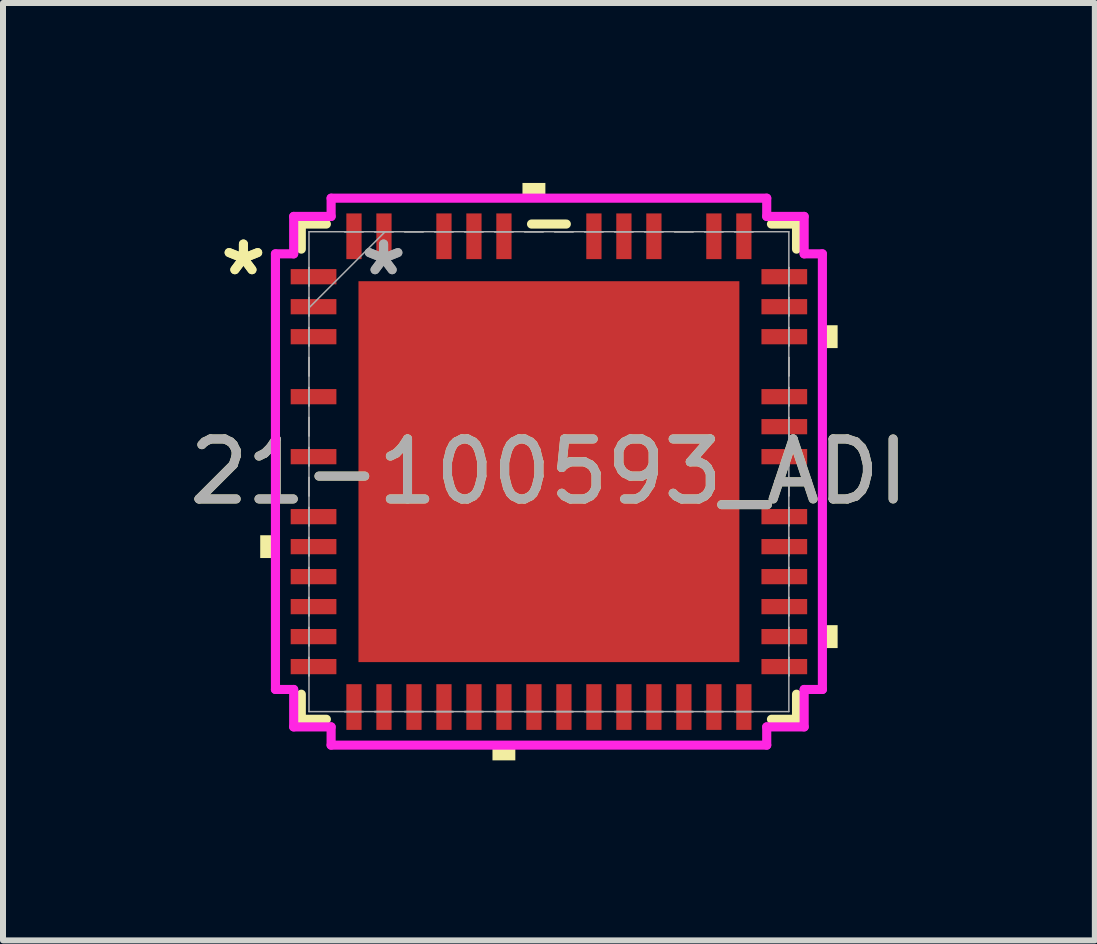
<source format=kicad_pcb>
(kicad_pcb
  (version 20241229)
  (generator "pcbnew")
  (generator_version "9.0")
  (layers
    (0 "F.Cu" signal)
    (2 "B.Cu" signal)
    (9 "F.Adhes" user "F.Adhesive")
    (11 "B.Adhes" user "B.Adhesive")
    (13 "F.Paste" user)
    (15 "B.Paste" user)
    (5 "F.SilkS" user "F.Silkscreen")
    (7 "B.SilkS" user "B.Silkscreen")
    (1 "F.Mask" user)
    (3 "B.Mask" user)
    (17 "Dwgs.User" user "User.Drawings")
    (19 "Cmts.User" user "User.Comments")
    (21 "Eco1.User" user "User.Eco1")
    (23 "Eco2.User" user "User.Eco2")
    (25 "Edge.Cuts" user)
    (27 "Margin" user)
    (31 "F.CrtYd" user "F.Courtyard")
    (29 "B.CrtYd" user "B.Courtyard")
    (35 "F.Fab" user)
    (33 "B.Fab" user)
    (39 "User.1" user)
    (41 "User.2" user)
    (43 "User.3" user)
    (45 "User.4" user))
  (footprint "21-100593_ADI"
    (layer "F.Cu")
    (at 6.101 4.813)
    (property "Reference" "21-100593_ADI" (at 0 0 0) (unlocked yes) (layer "F.SilkS") (effects (font (size 1 1) (thickness 0.15))))
    (attr smd)
    (fp_line (start -4.128 -4.128) (end -4.128 -3.71) (stroke (width 0.152) (type solid)) (layer "F.SilkS"))
    (fp_line (start -4.128 3.71) (end -4.128 4.128) (stroke (width 0.152) (type solid)) (layer "F.SilkS"))
    (fp_line (start -4.128 4.128) (end -3.71 4.128) (stroke (width 0.152) (type solid)) (layer "F.SilkS"))
    (fp_line (start -3.71 -4.128) (end -4.128 -4.128) (stroke (width 0.152) (type solid)) (layer "F.SilkS"))
    (fp_line (start 0.29 -4.128) (end -0.29 -4.128) (stroke (width 0.152) (type solid)) (layer "F.SilkS"))
    (fp_line (start 3.71 4.128) (end 4.128 4.128) (stroke (width 0.152) (type solid)) (layer "F.SilkS"))
    (fp_line (start 4.128 -4.128) (end 3.71 -4.128) (stroke (width 0.152) (type solid)) (layer "F.SilkS"))
    (fp_line (start 4.128 -3.71) (end 4.128 -4.128) (stroke (width 0.152) (type solid)) (layer "F.SilkS"))
    (fp_line (start 4.128 4.128) (end 4.128 3.71) (stroke (width 0.152) (type solid)) (layer "F.SilkS"))
    (fp_poly (pts (xy -4.813 1.06) (xy -4.813 1.44) (xy -4.559 1.44) (xy -4.559 1.06)) (stroke (width 0) (type solid)) (fill yes) (layer "F.SilkS"))
    (fp_poly (pts (xy -0.941 4.559) (xy -0.941 4.813) (xy -0.56 4.813) (xy -0.56 4.559)) (stroke (width 0) (type solid)) (fill yes) (layer "F.SilkS"))
    (fp_poly (pts (xy -0.441 -4.559) (xy -0.441 -4.813) (xy -0.059 -4.813) (xy -0.059 -4.559)) (stroke (width 0) (type solid)) (fill yes) (layer "F.SilkS"))
    (fp_poly (pts (xy 4.813 -2.441) (xy 4.813 -2.06) (xy 4.559 -2.06) (xy 4.559 -2.441)) (stroke (width 0) (type solid)) (fill yes) (layer "F.SilkS"))
    (fp_poly (pts (xy 4.813 2.559) (xy 4.813 2.941) (xy 4.559 2.941) (xy 4.559 2.559)) (stroke (width 0) (type solid)) (fill yes) (layer "F.SilkS"))
    (fp_line (start -4.559 -3.631) (end -4.255 -3.631) (stroke (width 0.152) (type solid)) (layer "F.CrtYd"))
    (fp_line (start -4.559 3.631) (end -4.559 -3.631) (stroke (width 0.152) (type solid)) (layer "F.CrtYd"))
    (fp_line (start -4.255 -4.255) (end -3.631 -4.255) (stroke (width 0.152) (type solid)) (layer "F.CrtYd"))
    (fp_line (start -4.255 -3.631) (end -4.255 -4.255) (stroke (width 0.152) (type solid)) (layer "F.CrtYd"))
    (fp_line (start -4.255 3.631) (end -4.559 3.631) (stroke (width 0.152) (type solid)) (layer "F.CrtYd"))
    (fp_line (start -4.255 4.255) (end -4.255 3.631) (stroke (width 0.152) (type solid)) (layer "F.CrtYd"))
    (fp_line (start -3.631 -4.559) (end 3.631 -4.559) (stroke (width 0.152) (type solid)) (layer "F.CrtYd"))
    (fp_line (start -3.631 -4.255) (end -3.631 -4.559) (stroke (width 0.152) (type solid)) (layer "F.CrtYd"))
    (fp_line (start -3.631 4.255) (end -4.255 4.255) (stroke (width 0.152) (type solid)) (layer "F.CrtYd"))
    (fp_line (start -3.631 4.559) (end -3.631 4.255) (stroke (width 0.152) (type solid)) (layer "F.CrtYd"))
    (fp_line (start 3.631 -4.559) (end 3.631 -4.255) (stroke (width 0.152) (type solid)) (layer "F.CrtYd"))
    (fp_line (start 3.631 -4.255) (end 4.255 -4.255) (stroke (width 0.152) (type solid)) (layer "F.CrtYd"))
    (fp_line (start 3.631 4.255) (end 3.631 4.559) (stroke (width 0.152) (type solid)) (layer "F.CrtYd"))
    (fp_line (start 3.631 4.559) (end -3.631 4.559) (stroke (width 0.152) (type solid)) (layer "F.CrtYd"))
    (fp_line (start 4.255 -4.255) (end 4.255 -3.631) (stroke (width 0.152) (type solid)) (layer "F.CrtYd"))
    (fp_line (start 4.255 -3.631) (end 4.559 -3.631) (stroke (width 0.152) (type solid)) (layer "F.CrtYd"))
    (fp_line (start 4.255 3.631) (end 4.255 4.255) (stroke (width 0.152) (type solid)) (layer "F.CrtYd"))
    (fp_line (start 4.255 4.255) (end 3.631 4.255) (stroke (width 0.152) (type solid)) (layer "F.CrtYd"))
    (fp_line (start 4.559 -3.631) (end 4.559 3.631) (stroke (width 0.152) (type solid)) (layer "F.CrtYd"))
    (fp_line (start 4.559 3.631) (end 4.255 3.631) (stroke (width 0.152) (type solid)) (layer "F.CrtYd"))
    (fp_line (start -4 -4) (end -4 4) (stroke (width 0.025) (type solid)) (layer "F.Fab"))
    (fp_line (start -4 -3.402) (end -4 -3.402) (stroke (width 0.025) (type solid)) (layer "F.Fab"))
    (fp_line (start -4 -3.402) (end -4 -3.098) (stroke (width 0.025) (type solid)) (layer "F.Fab"))
    (fp_line (start -4 -3.098) (end -4 -3.402) (stroke (width 0.025) (type solid)) (layer "F.Fab"))
    (fp_line (start -4 -3.098) (end -4 -3.098) (stroke (width 0.025) (type solid)) (layer "F.Fab"))
    (fp_line (start -4 -2.902) (end -4 -2.902) (stroke (width 0.025) (type solid)) (layer "F.Fab"))
    (fp_line (start -4 -2.902) (end -4 -2.598) (stroke (width 0.025) (type solid)) (layer "F.Fab"))
    (fp_line (start -4 -2.731) (end -2.731 -4) (stroke (width 0.025) (type solid)) (layer "F.Fab"))
    (fp_line (start -4 -2.598) (end -4 -2.902) (stroke (width 0.025) (type solid)) (layer "F.Fab"))
    (fp_line (start -4 -2.598) (end -4 -2.598) (stroke (width 0.025) (type solid)) (layer "F.Fab"))
    (fp_line (start -4 -2.402) (end -4 -2.402) (stroke (width 0.025) (type solid)) (layer "F.Fab"))
    (fp_line (start -4 -2.402) (end -4 -2.098) (stroke (width 0.025) (type solid)) (layer "F.Fab"))
    (fp_line (start -4 -2.098) (end -4 -2.402) (stroke (width 0.025) (type solid)) (layer "F.Fab"))
    (fp_line (start -4 -2.098) (end -4 -2.098) (stroke (width 0.025) (type solid)) (layer "F.Fab"))
    (fp_line (start -4 -1.902) (end -4 -1.902) (stroke (width 0.025) (type solid)) (layer "F.Fab"))
    (fp_line (start -4 -1.902) (end -4 -1.598) (stroke (width 0.025) (type solid)) (layer "F.Fab"))
    (fp_line (start -4 -1.598) (end -4 -1.902) (stroke (width 0.025) (type solid)) (layer "F.Fab"))
    (fp_line (start -4 -1.598) (end -4 -1.598) (stroke (width 0.025) (type solid)) (layer "F.Fab"))
    (fp_line (start -4 -1.402) (end -4 -1.402) (stroke (width 0.025) (type solid)) (layer "F.Fab"))
    (fp_line (start -4 -1.402) (end -4 -1.098) (stroke (width 0.025) (type solid)) (layer "F.Fab"))
    (fp_line (start -4 -1.098) (end -4 -1.402) (stroke (width 0.025) (type solid)) (layer "F.Fab"))
    (fp_line (start -4 -1.098) (end -4 -1.098) (stroke (width 0.025) (type solid)) (layer "F.Fab"))
    (fp_line (start -4 -0.902) (end -4 -0.902) (stroke (width 0.025) (type solid)) (layer "F.Fab"))
    (fp_line (start -4 -0.902) (end -4 -0.598) (stroke (width 0.025) (type solid)) (layer "F.Fab"))
    (fp_line (start -4 -0.598) (end -4 -0.902) (stroke (width 0.025) (type solid)) (layer "F.Fab"))
    (fp_line (start -4 -0.598) (end -4 -0.598) (stroke (width 0.025) (type solid)) (layer "F.Fab"))
    (fp_line (start -4 -0.402) (end -4 -0.402) (stroke (width 0.025) (type solid)) (layer "F.Fab"))
    (fp_line (start -4 -0.402) (end -4 -0.098) (stroke (width 0.025) (type solid)) (layer "F.Fab"))
    (fp_line (start -4 -0.098) (end -4 -0.402) (stroke (width 0.025) (type solid)) (layer "F.Fab"))
    (fp_line (start -4 -0.098) (end -4 -0.098) (stroke (width 0.025) (type solid)) (layer "F.Fab"))
    (fp_line (start -4 0.098) (end -4 0.098) (stroke (width 0.025) (type solid)) (layer "F.Fab"))
    (fp_line (start -4 0.098) (end -4 0.402) (stroke (width 0.025) (type solid)) (layer "F.Fab"))
    (fp_line (start -4 0.402) (end -4 0.098) (stroke (width 0.025) (type solid)) (layer "F.Fab"))
    (fp_line (start -4 0.402) (end -4 0.402) (stroke (width 0.025) (type solid)) (layer "F.Fab"))
    (fp_line (start -4 0.598) (end -4 0.598) (stroke (width 0.025) (type solid)) (layer "F.Fab"))
    (fp_line (start -4 0.598) (end -4 0.902) (stroke (width 0.025) (type solid)) (layer "F.Fab"))
    (fp_line (start -4 0.902) (end -4 0.598) (stroke (width 0.025) (type solid)) (layer "F.Fab"))
    (fp_line (start -4 0.902) (end -4 0.902) (stroke (width 0.025) (type solid)) (layer "F.Fab"))
    (fp_line (start -4 1.098) (end -4 1.098) (stroke (width 0.025) (type solid)) (layer "F.Fab"))
    (fp_line (start -4 1.098) (end -4 1.402) (stroke (width 0.025) (type solid)) (layer "F.Fab"))
    (fp_line (start -4 1.402) (end -4 1.098) (stroke (width 0.025) (type solid)) (layer "F.Fab"))
    (fp_line (start -4 1.402) (end -4 1.402) (stroke (width 0.025) (type solid)) (layer "F.Fab"))
    (fp_line (start -4 1.598) (end -4 1.598) (stroke (width 0.025) (type solid)) (layer "F.Fab"))
    (fp_line (start -4 1.598) (end -4 1.902) (stroke (width 0.025) (type solid)) (layer "F.Fab"))
    (fp_line (start -4 1.902) (end -4 1.598) (stroke (width 0.025) (type solid)) (layer "F.Fab"))
    (fp_line (start -4 1.902) (end -4 1.902) (stroke (width 0.025) (type solid)) (layer "F.Fab"))
    (fp_line (start -4 2.098) (end -4 2.098) (stroke (width 0.025) (type solid)) (layer "F.Fab"))
    (fp_line (start -4 2.098) (end -4 2.402) (stroke (width 0.025) (type solid)) (layer "F.Fab"))
    (fp_line (start -4 2.402) (end -4 2.098) (stroke (width 0.025) (type solid)) (layer "F.Fab"))
    (fp_line (start -4 2.402) (end -4 2.402) (stroke (width 0.025) (type solid)) (layer "F.Fab"))
    (fp_line (start -4 2.598) (end -4 2.598) (stroke (width 0.025) (type solid)) (layer "F.Fab"))
    (fp_line (start -4 2.598) (end -4 2.902) (stroke (width 0.025) (type solid)) (layer "F.Fab"))
    (fp_line (start -4 2.902) (end -4 2.598) (stroke (width 0.025) (type solid)) (layer "F.Fab"))
    (fp_line (start -4 2.902) (end -4 2.902) (stroke (width 0.025) (type solid)) (layer "F.Fab"))
    (fp_line (start -4 3.098) (end -4 3.098) (stroke (width 0.025) (type solid)) (layer "F.Fab"))
    (fp_line (start -4 3.098) (end -4 3.402) (stroke (width 0.025) (type solid)) (layer "F.Fab"))
    (fp_line (start -4 3.402) (end -4 3.098) (stroke (width 0.025) (type solid)) (layer "F.Fab"))
    (fp_line (start -4 3.402) (end -4 3.402) (stroke (width 0.025) (type solid)) (layer "F.Fab"))
    (fp_line (start -4 4) (end 4 4) (stroke (width 0.025) (type solid)) (layer "F.Fab"))
    (fp_line (start -3.402 -4) (end -3.402 -4) (stroke (width 0.025) (type solid)) (layer "F.Fab"))
    (fp_line (start -3.402 -4) (end -3.098 -4) (stroke (width 0.025) (type solid)) (layer "F.Fab"))
    (fp_line (start -3.402 4) (end -3.402 4) (stroke (width 0.025) (type solid)) (layer "F.Fab"))
    (fp_line (start -3.402 4) (end -3.098 4) (stroke (width 0.025) (type solid)) (layer "F.Fab"))
    (fp_line (start -3.098 -4) (end -3.402 -4) (stroke (width 0.025) (type solid)) (layer "F.Fab"))
    (fp_line (start -3.098 -4) (end -3.098 -4) (stroke (width 0.025) (type solid)) (layer "F.Fab"))
    (fp_line (start -3.098 4) (end -3.402 4) (stroke (width 0.025) (type solid)) (layer "F.Fab"))
    (fp_line (start -3.098 4) (end -3.098 4) (stroke (width 0.025) (type solid)) (layer "F.Fab"))
    (fp_line (start -2.902 -4) (end -2.902 -4) (stroke (width 0.025) (type solid)) (layer "F.Fab"))
    (fp_line (start -2.902 -4) (end -2.598 -4) (stroke (width 0.025) (type solid)) (layer "F.Fab"))
    (fp_line (start -2.902 4) (end -2.902 4) (stroke (width 0.025) (type solid)) (layer "F.Fab"))
    (fp_line (start -2.902 4) (end -2.598 4) (stroke (width 0.025) (type solid)) (layer "F.Fab"))
    (fp_line (start -2.598 -4) (end -2.902 -4) (stroke (width 0.025) (type solid)) (layer "F.Fab"))
    (fp_line (start -2.598 -4) (end -2.598 -4) (stroke (width 0.025) (type solid)) (layer "F.Fab"))
    (fp_line (start -2.598 4) (end -2.902 4) (stroke (width 0.025) (type solid)) (layer "F.Fab"))
    (fp_line (start -2.598 4) (end -2.598 4) (stroke (width 0.025) (type solid)) (layer "F.Fab"))
    (fp_line (start -2.402 -4) (end -2.402 -4) (stroke (width 0.025) (type solid)) (layer "F.Fab"))
    (fp_line (start -2.402 -4) (end -2.098 -4) (stroke (width 0.025) (type solid)) (layer "F.Fab"))
    (fp_line (start -2.402 4) (end -2.402 4) (stroke (width 0.025) (type solid)) (layer "F.Fab"))
    (fp_line (start -2.402 4) (end -2.098 4) (stroke (width 0.025) (type solid)) (layer "F.Fab"))
    (fp_line (start -2.098 -4) (end -2.402 -4) (stroke (width 0.025) (type solid)) (layer "F.Fab"))
    (fp_line (start -2.098 -4) (end -2.098 -4) (stroke (width 0.025) (type solid)) (layer "F.Fab"))
    (fp_line (start -2.098 4) (end -2.402 4) (stroke (width 0.025) (type solid)) (layer "F.Fab"))
    (fp_line (start -2.098 4) (end -2.098 4) (stroke (width 0.025) (type solid)) (layer "F.Fab"))
    (fp_line (start -1.902 -4) (end -1.902 -4) (stroke (width 0.025) (type solid)) (layer "F.Fab"))
    (fp_line (start -1.902 -4) (end -1.598 -4) (stroke (width 0.025) (type solid)) (layer "F.Fab"))
    (fp_line (start -1.902 4) (end -1.902 4) (stroke (width 0.025) (type solid)) (layer "F.Fab"))
    (fp_line (start -1.902 4) (end -1.598 4) (stroke (width 0.025) (type solid)) (layer "F.Fab"))
    (fp_line (start -1.598 -4) (end -1.902 -4) (stroke (width 0.025) (type solid)) (layer "F.Fab"))
    (fp_line (start -1.598 -4) (end -1.598 -4) (stroke (width 0.025) (type solid)) (layer "F.Fab"))
    (fp_line (start -1.598 4) (end -1.902 4) (stroke (width 0.025) (type solid)) (layer "F.Fab"))
    (fp_line (start -1.598 4) (end -1.598 4) (stroke (width 0.025) (type solid)) (layer "F.Fab"))
    (fp_line (start -1.402 -4) (end -1.402 -4) (stroke (width 0.025) (type solid)) (layer "F.Fab"))
    (fp_line (start -1.402 -4) (end -1.098 -4) (stroke (width 0.025) (type solid)) (layer "F.Fab"))
    (fp_line (start -1.402 4) (end -1.402 4) (stroke (width 0.025) (type solid)) (layer "F.Fab"))
    (fp_line (start -1.402 4) (end -1.098 4) (stroke (width 0.025) (type solid)) (layer "F.Fab"))
    (fp_line (start -1.098 -4) (end -1.402 -4) (stroke (width 0.025) (type solid)) (layer "F.Fab"))
    (fp_line (start -1.098 -4) (end -1.098 -4) (stroke (width 0.025) (type solid)) (layer "F.Fab"))
    (fp_line (start -1.098 4) (end -1.402 4) (stroke (width 0.025) (type solid)) (layer "F.Fab"))
    (fp_line (start -1.098 4) (end -1.098 4) (stroke (width 0.025) (type solid)) (layer "F.Fab"))
    (fp_line (start -0.902 -4) (end -0.902 -4) (stroke (width 0.025) (type solid)) (layer "F.Fab"))
    (fp_line (start -0.902 -4) (end -0.598 -4) (stroke (width 0.025) (type solid)) (layer "F.Fab"))
    (fp_line (start -0.902 4) (end -0.902 4) (stroke (width 0.025) (type solid)) (layer "F.Fab"))
    (fp_line (start -0.902 4) (end -0.598 4) (stroke (width 0.025) (type solid)) (layer "F.Fab"))
    (fp_line (start -0.598 -4) (end -0.902 -4) (stroke (width 0.025) (type solid)) (layer "F.Fab"))
    (fp_line (start -0.598 -4) (end -0.598 -4) (stroke (width 0.025) (type solid)) (layer "F.Fab"))
    (fp_line (start -0.598 4) (end -0.902 4) (stroke (width 0.025) (type solid)) (layer "F.Fab"))
    (fp_line (start -0.598 4) (end -0.598 4) (stroke (width 0.025) (type solid)) (layer "F.Fab"))
    (fp_line (start -0.402 -4) (end -0.402 -4) (stroke (width 0.025) (type solid)) (layer "F.Fab"))
    (fp_line (start -0.402 -4) (end -0.098 -4) (stroke (width 0.025) (type solid)) (layer "F.Fab"))
    (fp_line (start -0.402 4) (end -0.402 4) (stroke (width 0.025) (type solid)) (layer "F.Fab"))
    (fp_line (start -0.402 4) (end -0.098 4) (stroke (width 0.025) (type solid)) (layer "F.Fab"))
    (fp_line (start -0.098 -4) (end -0.402 -4) (stroke (width 0.025) (type solid)) (layer "F.Fab"))
    (fp_line (start -0.098 -4) (end -0.098 -4) (stroke (width 0.025) (type solid)) (layer "F.Fab"))
    (fp_line (start -0.098 4) (end -0.402 4) (stroke (width 0.025) (type solid)) (layer "F.Fab"))
    (fp_line (start -0.098 4) (end -0.098 4) (stroke (width 0.025) (type solid)) (layer "F.Fab"))
    (fp_line (start 0.098 -4) (end 0.098 -4) (stroke (width 0.025) (type solid)) (layer "F.Fab"))
    (fp_line (start 0.098 -4) (end 0.402 -4) (stroke (width 0.025) (type solid)) (layer "F.Fab"))
    (fp_line (start 0.098 4) (end 0.098 4) (stroke (width 0.025) (type solid)) (layer "F.Fab"))
    (fp_line (start 0.098 4) (end 0.402 4) (stroke (width 0.025) (type solid)) (layer "F.Fab"))
    (fp_line (start 0.402 -4) (end 0.098 -4) (stroke (width 0.025) (type solid)) (layer "F.Fab"))
    (fp_line (start 0.402 -4) (end 0.402 -4) (stroke (width 0.025) (type solid)) (layer "F.Fab"))
    (fp_line (start 0.402 4) (end 0.098 4) (stroke (width 0.025) (type solid)) (layer "F.Fab"))
    (fp_line (start 0.402 4) (end 0.402 4) (stroke (width 0.025) (type solid)) (layer "F.Fab"))
    (fp_line (start 0.598 -4) (end 0.598 -4) (stroke (width 0.025) (type solid)) (layer "F.Fab"))
    (fp_line (start 0.598 -4) (end 0.902 -4) (stroke (width 0.025) (type solid)) (layer "F.Fab"))
    (fp_line (start 0.598 4) (end 0.598 4) (stroke (width 0.025) (type solid)) (layer "F.Fab"))
    (fp_line (start 0.598 4) (end 0.902 4) (stroke (width 0.025) (type solid)) (layer "F.Fab"))
    (fp_line (start 0.902 -4) (end 0.598 -4) (stroke (width 0.025) (type solid)) (layer "F.Fab"))
    (fp_line (start 0.902 -4) (end 0.902 -4) (stroke (width 0.025) (type solid)) (layer "F.Fab"))
    (fp_line (start 0.902 4) (end 0.598 4) (stroke (width 0.025) (type solid)) (layer "F.Fab"))
    (fp_line (start 0.902 4) (end 0.902 4) (stroke (width 0.025) (type solid)) (layer "F.Fab"))
    (fp_line (start 1.098 -4) (end 1.098 -4) (stroke (width 0.025) (type solid)) (layer "F.Fab"))
    (fp_line (start 1.098 -4) (end 1.402 -4) (stroke (width 0.025) (type solid)) (layer "F.Fab"))
    (fp_line (start 1.098 4) (end 1.098 4) (stroke (width 0.025) (type solid)) (layer "F.Fab"))
    (fp_line (start 1.098 4) (end 1.402 4) (stroke (width 0.025) (type solid)) (layer "F.Fab"))
    (fp_line (start 1.402 -4) (end 1.098 -4) (stroke (width 0.025) (type solid)) (layer "F.Fab"))
    (fp_line (start 1.402 -4) (end 1.402 -4) (stroke (width 0.025) (type solid)) (layer "F.Fab"))
    (fp_line (start 1.402 4) (end 1.098 4) (stroke (width 0.025) (type solid)) (layer "F.Fab"))
    (fp_line (start 1.402 4) (end 1.402 4) (stroke (width 0.025) (type solid)) (layer "F.Fab"))
    (fp_line (start 1.598 -4) (end 1.598 -4) (stroke (width 0.025) (type solid)) (layer "F.Fab"))
    (fp_line (start 1.598 -4) (end 1.902 -4) (stroke (width 0.025) (type solid)) (layer "F.Fab"))
    (fp_line (start 1.598 4) (end 1.598 4) (stroke (width 0.025) (type solid)) (layer "F.Fab"))
    (fp_line (start 1.598 4) (end 1.902 4) (stroke (width 0.025) (type solid)) (layer "F.Fab"))
    (fp_line (start 1.902 -4) (end 1.598 -4) (stroke (width 0.025) (type solid)) (layer "F.Fab"))
    (fp_line (start 1.902 -4) (end 1.902 -4) (stroke (width 0.025) (type solid)) (layer "F.Fab"))
    (fp_line (start 1.902 4) (end 1.598 4) (stroke (width 0.025) (type solid)) (layer "F.Fab"))
    (fp_line (start 1.902 4) (end 1.902 4) (stroke (width 0.025) (type solid)) (layer "F.Fab"))
    (fp_line (start 2.098 -4) (end 2.098 -4) (stroke (width 0.025) (type solid)) (layer "F.Fab"))
    (fp_line (start 2.098 -4) (end 2.402 -4) (stroke (width 0.025) (type solid)) (layer "F.Fab"))
    (fp_line (start 2.098 4) (end 2.098 4) (stroke (width 0.025) (type solid)) (layer "F.Fab"))
    (fp_line (start 2.098 4) (end 2.402 4) (stroke (width 0.025) (type solid)) (layer "F.Fab"))
    (fp_line (start 2.402 -4) (end 2.098 -4) (stroke (width 0.025) (type solid)) (layer "F.Fab"))
    (fp_line (start 2.402 -4) (end 2.402 -4) (stroke (width 0.025) (type solid)) (layer "F.Fab"))
    (fp_line (start 2.402 4) (end 2.098 4) (stroke (width 0.025) (type solid)) (layer "F.Fab"))
    (fp_line (start 2.402 4) (end 2.402 4) (stroke (width 0.025) (type solid)) (layer "F.Fab"))
    (fp_line (start 2.598 -4) (end 2.598 -4) (stroke (width 0.025) (type solid)) (layer "F.Fab"))
    (fp_line (start 2.598 -4) (end 2.902 -4) (stroke (width 0.025) (type solid)) (layer "F.Fab"))
    (fp_line (start 2.598 4) (end 2.598 4) (stroke (width 0.025) (type solid)) (layer "F.Fab"))
    (fp_line (start 2.598 4) (end 2.902 4) (stroke (width 0.025) (type solid)) (layer "F.Fab"))
    (fp_line (start 2.902 -4) (end 2.598 -4) (stroke (width 0.025) (type solid)) (layer "F.Fab"))
    (fp_line (start 2.902 -4) (end 2.902 -4) (stroke (width 0.025) (type solid)) (layer "F.Fab"))
    (fp_line (start 2.902 4) (end 2.598 4) (stroke (width 0.025) (type solid)) (layer "F.Fab"))
    (fp_line (start 2.902 4) (end 2.902 4) (stroke (width 0.025) (type solid)) (layer "F.Fab"))
    (fp_line (start 3.098 -4) (end 3.098 -4) (stroke (width 0.025) (type solid)) (layer "F.Fab"))
    (fp_line (start 3.098 -4) (end 3.402 -4) (stroke (width 0.025) (type solid)) (layer "F.Fab"))
    (fp_line (start 3.098 4) (end 3.098 4) (stroke (width 0.025) (type solid)) (layer "F.Fab"))
    (fp_line (start 3.098 4) (end 3.402 4) (stroke (width 0.025) (type solid)) (layer "F.Fab"))
    (fp_line (start 3.402 -4) (end 3.098 -4) (stroke (width 0.025) (type solid)) (layer "F.Fab"))
    (fp_line (start 3.402 -4) (end 3.402 -4) (stroke (width 0.025) (type solid)) (layer "F.Fab"))
    (fp_line (start 3.402 4) (end 3.098 4) (stroke (width 0.025) (type solid)) (layer "F.Fab"))
    (fp_line (start 3.402 4) (end 3.402 4) (stroke (width 0.025) (type solid)) (layer "F.Fab"))
    (fp_line (start 4 -4) (end -4 -4) (stroke (width 0.025) (type solid)) (layer "F.Fab"))
    (fp_line (start 4 -3.402) (end 4 -3.402) (stroke (width 0.025) (type solid)) (layer "F.Fab"))
    (fp_line (start 4 -3.402) (end 4 -3.098) (stroke (width 0.025) (type solid)) (layer "F.Fab"))
    (fp_line (start 4 -3.098) (end 4 -3.402) (stroke (width 0.025) (type solid)) (layer "F.Fab"))
    (fp_line (start 4 -3.098) (end 4 -3.098) (stroke (width 0.025) (type solid)) (layer "F.Fab"))
    (fp_line (start 4 -2.902) (end 4 -2.902) (stroke (width 0.025) (type solid)) (layer "F.Fab"))
    (fp_line (start 4 -2.902) (end 4 -2.598) (stroke (width 0.025) (type solid)) (layer "F.Fab"))
    (fp_line (start 4 -2.598) (end 4 -2.902) (stroke (width 0.025) (type solid)) (layer "F.Fab"))
    (fp_line (start 4 -2.598) (end 4 -2.598) (stroke (width 0.025) (type solid)) (layer "F.Fab"))
    (fp_line (start 4 -2.402) (end 4 -2.402) (stroke (width 0.025) (type solid)) (layer "F.Fab"))
    (fp_line (start 4 -2.402) (end 4 -2.098) (stroke (width 0.025) (type solid)) (layer "F.Fab"))
    (fp_line (start 4 -2.098) (end 4 -2.402) (stroke (width 0.025) (type solid)) (layer "F.Fab"))
    (fp_line (start 4 -2.098) (end 4 -2.098) (stroke (width 0.025) (type solid)) (layer "F.Fab"))
    (fp_line (start 4 -1.902) (end 4 -1.902) (stroke (width 0.025) (type solid)) (layer "F.Fab"))
    (fp_line (start 4 -1.902) (end 4 -1.598) (stroke (width 0.025) (type solid)) (layer "F.Fab"))
    (fp_line (start 4 -1.598) (end 4 -1.902) (stroke (width 0.025) (type solid)) (layer "F.Fab"))
    (fp_line (start 4 -1.598) (end 4 -1.598) (stroke (width 0.025) (type solid)) (layer "F.Fab"))
    (fp_line (start 4 -1.402) (end 4 -1.402) (stroke (width 0.025) (type solid)) (layer "F.Fab"))
    (fp_line (start 4 -1.402) (end 4 -1.098) (stroke (width 0.025) (type solid)) (layer "F.Fab"))
    (fp_line (start 4 -1.098) (end 4 -1.402) (stroke (width 0.025) (type solid)) (layer "F.Fab"))
    (fp_line (start 4 -1.098) (end 4 -1.098) (stroke (width 0.025) (type solid)) (layer "F.Fab"))
    (fp_line (start 4 -0.902) (end 4 -0.902) (stroke (width 0.025) (type solid)) (layer "F.Fab"))
    (fp_line (start 4 -0.902) (end 4 -0.598) (stroke (width 0.025) (type solid)) (layer "F.Fab"))
    (fp_line (start 4 -0.598) (end 4 -0.902) (stroke (width 0.025) (type solid)) (layer "F.Fab"))
    (fp_line (start 4 -0.598) (end 4 -0.598) (stroke (width 0.025) (type solid)) (layer "F.Fab"))
    (fp_line (start 4 -0.402) (end 4 -0.402) (stroke (width 0.025) (type solid)) (layer "F.Fab"))
    (fp_line (start 4 -0.402) (end 4 -0.098) (stroke (width 0.025) (type solid)) (layer "F.Fab"))
    (fp_line (start 4 -0.098) (end 4 -0.402) (stroke (width 0.025) (type solid)) (layer "F.Fab"))
    (fp_line (start 4 -0.098) (end 4 -0.098) (stroke (width 0.025) (type solid)) (layer "F.Fab"))
    (fp_line (start 4 0.098) (end 4 0.098) (stroke (width 0.025) (type solid)) (layer "F.Fab"))
    (fp_line (start 4 0.098) (end 4 0.402) (stroke (width 0.025) (type solid)) (layer "F.Fab"))
    (fp_line (start 4 0.402) (end 4 0.098) (stroke (width 0.025) (type solid)) (layer "F.Fab"))
    (fp_line (start 4 0.402) (end 4 0.402) (stroke (width 0.025) (type solid)) (layer "F.Fab"))
    (fp_line (start 4 0.598) (end 4 0.598) (stroke (width 0.025) (type solid)) (layer "F.Fab"))
    (fp_line (start 4 0.598) (end 4 0.902) (stroke (width 0.025) (type solid)) (layer "F.Fab"))
    (fp_line (start 4 0.902) (end 4 0.598) (stroke (width 0.025) (type solid)) (layer "F.Fab"))
    (fp_line (start 4 0.902) (end 4 0.902) (stroke (width 0.025) (type solid)) (layer "F.Fab"))
    (fp_line (start 4 1.098) (end 4 1.098) (stroke (width 0.025) (type solid)) (layer "F.Fab"))
    (fp_line (start 4 1.098) (end 4 1.402) (stroke (width 0.025) (type solid)) (layer "F.Fab"))
    (fp_line (start 4 1.402) (end 4 1.098) (stroke (width 0.025) (type solid)) (layer "F.Fab"))
    (fp_line (start 4 1.402) (end 4 1.402) (stroke (width 0.025) (type solid)) (layer "F.Fab"))
    (fp_line (start 4 1.598) (end 4 1.598) (stroke (width 0.025) (type solid)) (layer "F.Fab"))
    (fp_line (start 4 1.598) (end 4 1.902) (stroke (width 0.025) (type solid)) (layer "F.Fab"))
    (fp_line (start 4 1.902) (end 4 1.598) (stroke (width 0.025) (type solid)) (layer "F.Fab"))
    (fp_line (start 4 1.902) (end 4 1.902) (stroke (width 0.025) (type solid)) (layer "F.Fab"))
    (fp_line (start 4 2.098) (end 4 2.098) (stroke (width 0.025) (type solid)) (layer "F.Fab"))
    (fp_line (start 4 2.098) (end 4 2.402) (stroke (width 0.025) (type solid)) (layer "F.Fab"))
    (fp_line (start 4 2.402) (end 4 2.098) (stroke (width 0.025) (type solid)) (layer "F.Fab"))
    (fp_line (start 4 2.402) (end 4 2.402) (stroke (width 0.025) (type solid)) (layer "F.Fab"))
    (fp_line (start 4 2.598) (end 4 2.598) (stroke (width 0.025) (type solid)) (layer "F.Fab"))
    (fp_line (start 4 2.598) (end 4 2.902) (stroke (width 0.025) (type solid)) (layer "F.Fab"))
    (fp_line (start 4 2.902) (end 4 2.598) (stroke (width 0.025) (type solid)) (layer "F.Fab"))
    (fp_line (start 4 2.902) (end 4 2.902) (stroke (width 0.025) (type solid)) (layer "F.Fab"))
    (fp_line (start 4 3.098) (end 4 3.098) (stroke (width 0.025) (type solid)) (layer "F.Fab"))
    (fp_line (start 4 3.098) (end 4 3.402) (stroke (width 0.025) (type solid)) (layer "F.Fab"))
    (fp_line (start 4 3.402) (end 4 3.098) (stroke (width 0.025) (type solid)) (layer "F.Fab"))
    (fp_line (start 4 3.402) (end 4 3.402) (stroke (width 0.025) (type solid)) (layer "F.Fab"))
    (fp_line (start 4 4) (end 4 -4) (stroke (width 0.025) (type solid)) (layer "F.Fab"))
    (fp_text user "*" (at -5.093 -3.25 0) (layer "F.SilkS") (effects (font (size 1 1) (thickness 0.15))))
    (fp_text user "*" (at -5.093 -3.25 0) (unlocked yes) (layer "F.SilkS") (effects (font (size 1 1) (thickness 0.15))))
    (fp_text user "*" (at -2.756 -3.25 0) (unlocked yes) (layer "F.Fab") (effects (font (size 1 1) (thickness 0.15))))
    (fp_text user "${REFERENCE}" (at 0 0 0) (unlocked yes) (layer "F.Fab") (effects (font (size 1 1) (thickness 0.15))))
    (fp_text user "*" (at -2.756 -3.25 0) (layer "F.Fab") (effects (font (size 1 1) (thickness 0.15))))
    (pad "1" smd rect (at -3.924 -3.25 90) (size 0.254 0.762) (layers "F.Cu" "F.Mask" "F.Paste"))
    (pad "2" smd rect (at -3.924 -2.75 90) (size 0.254 0.762) (layers "F.Cu" "F.Mask" "F.Paste"))
    (pad "3" smd rect (at -3.924 -2.25 90) (size 0.254 0.762) (layers "F.Cu" "F.Mask" "F.Paste"))
    (pad "4" smd rect (at -3.924 -1.25 90) (size 0.254 0.762) (layers "F.Cu" "F.Mask" "F.Paste"))
    (pad "5" smd rect (at -3.924 -0.25 90) (size 0.254 0.762) (layers "F.Cu" "F.Mask" "F.Paste"))
    (pad "6" smd rect (at -3.924 0.75 90) (size 0.254 0.762) (layers "F.Cu" "F.Mask" "F.Paste"))
    (pad "7" smd rect (at -3.924 1.25 90) (size 0.254 0.762) (layers "F.Cu" "F.Mask" "F.Paste"))
    (pad "8" smd rect (at -3.924 1.75 90) (size 0.254 0.762) (layers "F.Cu" "F.Mask" "F.Paste"))
    (pad "9" smd rect (at -3.924 2.25 90) (size 0.254 0.762) (layers "F.Cu" "F.Mask" "F.Paste"))
    (pad "10" smd rect (at -3.924 2.75 90) (size 0.254 0.762) (layers "F.Cu" "F.Mask" "F.Paste"))
    (pad "11" smd rect (at -3.924 3.25 90) (size 0.254 0.762) (layers "F.Cu" "F.Mask" "F.Paste"))
    (pad "12" smd rect (at -3.25 3.924) (size 0.254 0.762) (layers "F.Cu" "F.Mask" "F.Paste"))
    (pad "13" smd rect (at -2.75 3.924) (size 0.254 0.762) (layers "F.Cu" "F.Mask" "F.Paste"))
    (pad "14" smd rect (at -2.25 3.924) (size 0.254 0.762) (layers "F.Cu" "F.Mask" "F.Paste"))
    (pad "15" smd rect (at -1.75 3.924) (size 0.254 0.762) (layers "F.Cu" "F.Mask" "F.Paste"))
    (pad "16" smd rect (at -1.25 3.924) (size 0.254 0.762) (layers "F.Cu" "F.Mask" "F.Paste"))
    (pad "17" smd rect (at -0.75 3.924) (size 0.254 0.762) (layers "F.Cu" "F.Mask" "F.Paste"))
    (pad "18" smd rect (at -0.25 3.924) (size 0.254 0.762) (layers "F.Cu" "F.Mask" "F.Paste"))
    (pad "19" smd rect (at 0.25 3.924) (size 0.254 0.762) (layers "F.Cu" "F.Mask" "F.Paste"))
    (pad "20" smd rect (at 0.75 3.924) (size 0.254 0.762) (layers "F.Cu" "F.Mask" "F.Paste"))
    (pad "21" smd rect (at 1.25 3.924) (size 0.254 0.762) (layers "F.Cu" "F.Mask" "F.Paste"))
    (pad "22" smd rect (at 1.75 3.924) (size 0.254 0.762) (layers "F.Cu" "F.Mask" "F.Paste"))
    (pad "23" smd rect (at 2.25 3.924) (size 0.254 0.762) (layers "F.Cu" "F.Mask" "F.Paste"))
    (pad "24" smd rect (at 2.75 3.924) (size 0.254 0.762) (layers "F.Cu" "F.Mask" "F.Paste"))
    (pad "25" smd rect (at 3.25 3.924) (size 0.254 0.762) (layers "F.Cu" "F.Mask" "F.Paste"))
    (pad "26" smd rect (at 3.924 3.25 90) (size 0.254 0.762) (layers "F.Cu" "F.Mask" "F.Paste"))
    (pad "27" smd rect (at 3.924 2.75 90) (size 0.254 0.762) (layers "F.Cu" "F.Mask" "F.Paste"))
    (pad "28" smd rect (at 3.924 2.25 90) (size 0.254 0.762) (layers "F.Cu" "F.Mask" "F.Paste"))
    (pad "29" smd rect (at 3.924 1.75 90) (size 0.254 0.762) (layers "F.Cu" "F.Mask" "F.Paste"))
    (pad "30" smd rect (at 3.924 1.25 90) (size 0.254 0.762) (layers "F.Cu" "F.Mask" "F.Paste"))
    (pad "31" smd rect (at 3.924 0.75 90) (size 0.254 0.762) (layers "F.Cu" "F.Mask" "F.Paste"))
    (pad "32" smd rect (at 3.924 -0.25 90) (size 0.254 0.762) (layers "F.Cu" "F.Mask" "F.Paste"))
    (pad "33" smd rect (at 3.924 -0.75 90) (size 0.254 0.762) (layers "F.Cu" "F.Mask" "F.Paste"))
    (pad "34" smd rect (at 3.924 -1.25 90) (size 0.254 0.762) (layers "F.Cu" "F.Mask" "F.Paste"))
    (pad "35" smd rect (at 3.924 -2.25 90) (size 0.254 0.762) (layers "F.Cu" "F.Mask" "F.Paste"))
    (pad "36" smd rect (at 3.924 -2.75 90) (size 0.254 0.762) (layers "F.Cu" "F.Mask" "F.Paste"))
    (pad "37" smd rect (at 3.924 -3.25 90) (size 0.254 0.762) (layers "F.Cu" "F.Mask" "F.Paste"))
    (pad "38" smd rect (at 3.25 -3.924) (size 0.254 0.762) (layers "F.Cu" "F.Mask" "F.Paste"))
    (pad "39" smd rect (at 2.75 -3.924) (size 0.254 0.762) (layers "F.Cu" "F.Mask" "F.Paste"))
    (pad "40" smd rect (at 1.75 -3.924) (size 0.254 0.762) (layers "F.Cu" "F.Mask" "F.Paste"))
    (pad "41" smd rect (at 1.25 -3.924) (size 0.254 0.762) (layers "F.Cu" "F.Mask" "F.Paste"))
    (pad "42" smd rect (at 0.75 -3.924) (size 0.254 0.762) (layers "F.Cu" "F.Mask" "F.Paste"))
    (pad "43" smd rect (at -0.75 -3.924) (size 0.254 0.762) (layers "F.Cu" "F.Mask" "F.Paste"))
    (pad "44" smd rect (at -1.25 -3.924) (size 0.254 0.762) (layers "F.Cu" "F.Mask" "F.Paste"))
    (pad "45" smd rect (at -1.75 -3.924) (size 0.254 0.762) (layers "F.Cu" "F.Mask" "F.Paste"))
    (pad "46" smd rect (at -2.75 -3.924) (size 0.254 0.762) (layers "F.Cu" "F.Mask" "F.Paste"))
    (pad "47" smd rect (at -3.25 -3.924) (size 0.254 0.762) (layers "F.Cu" "F.Mask" "F.Paste"))
    (pad "48" smd rect (at 0 0) (size 6.35 6.35) (layers "F.Cu" "F.Mask" "F.Paste")))
  (gr_rect
    (start -3 -3)
    (end 15.202 12.627)
    (stroke (width 0.1) (type default))
    (fill no)
    (layer "Edge.Cuts")))
</source>
